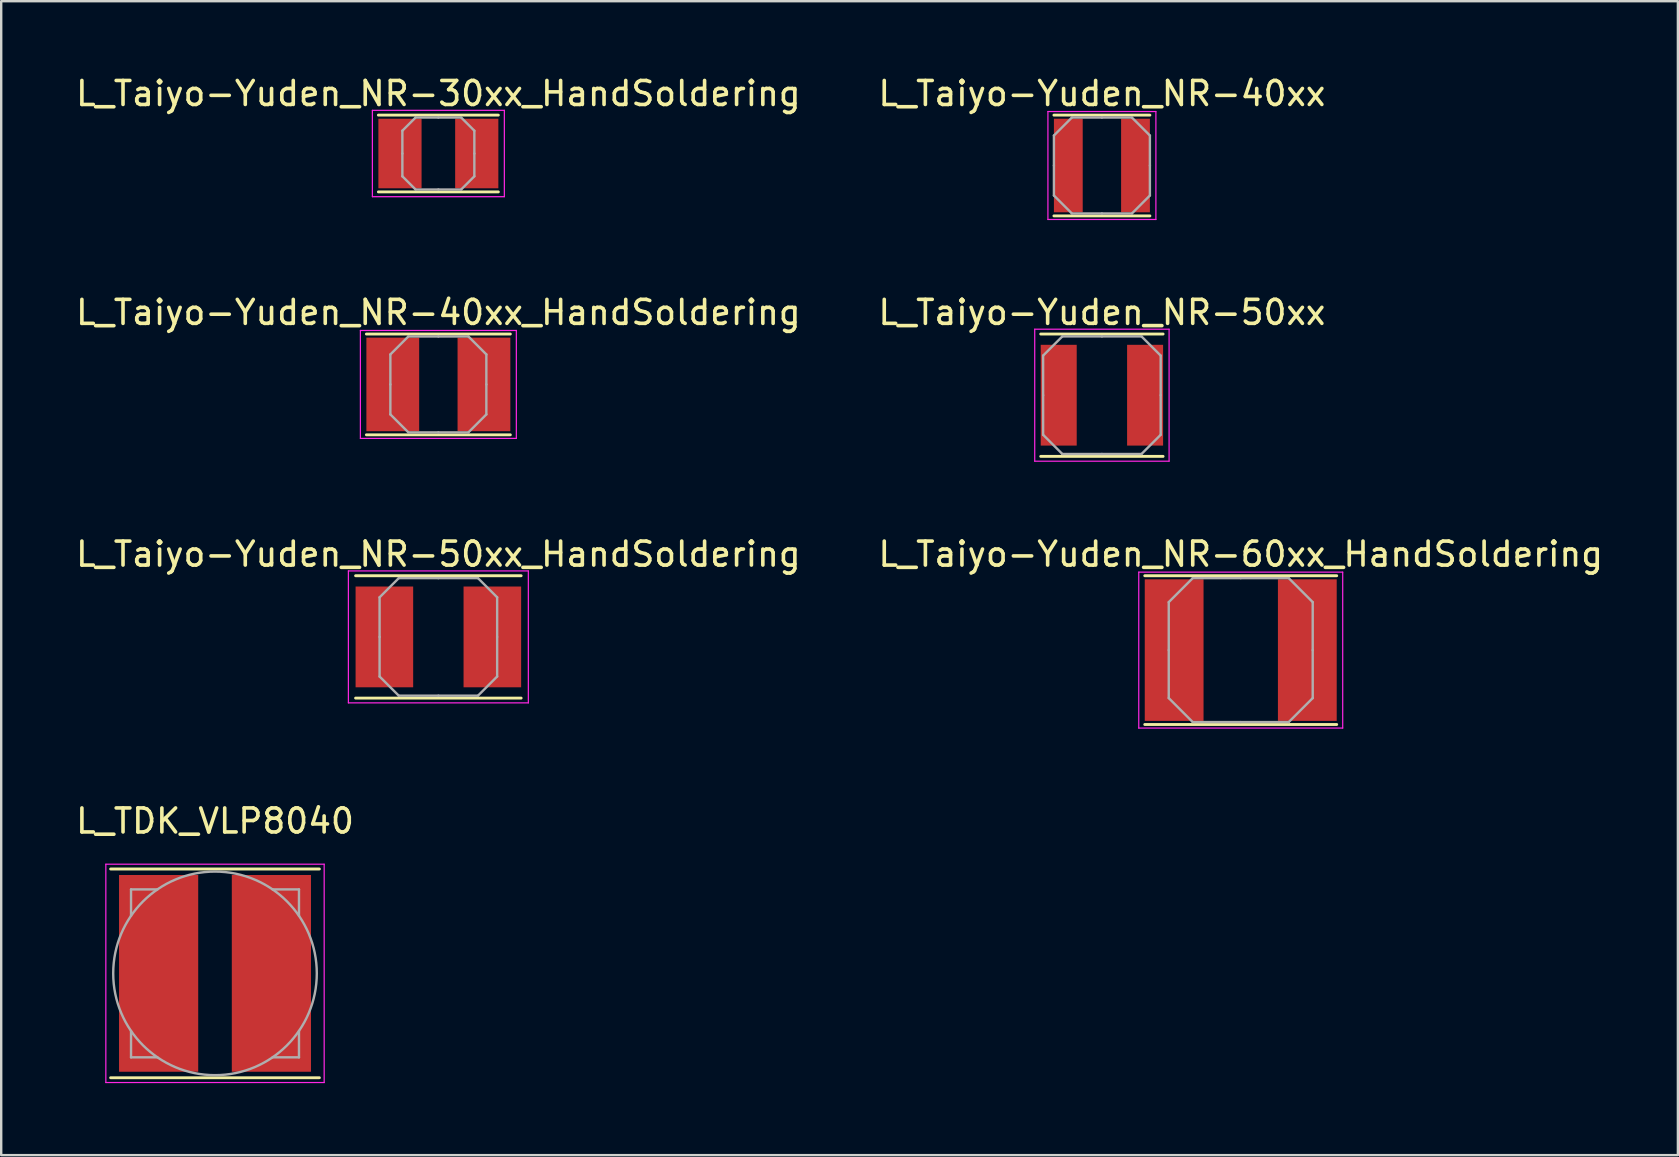
<source format=kicad_pcb>
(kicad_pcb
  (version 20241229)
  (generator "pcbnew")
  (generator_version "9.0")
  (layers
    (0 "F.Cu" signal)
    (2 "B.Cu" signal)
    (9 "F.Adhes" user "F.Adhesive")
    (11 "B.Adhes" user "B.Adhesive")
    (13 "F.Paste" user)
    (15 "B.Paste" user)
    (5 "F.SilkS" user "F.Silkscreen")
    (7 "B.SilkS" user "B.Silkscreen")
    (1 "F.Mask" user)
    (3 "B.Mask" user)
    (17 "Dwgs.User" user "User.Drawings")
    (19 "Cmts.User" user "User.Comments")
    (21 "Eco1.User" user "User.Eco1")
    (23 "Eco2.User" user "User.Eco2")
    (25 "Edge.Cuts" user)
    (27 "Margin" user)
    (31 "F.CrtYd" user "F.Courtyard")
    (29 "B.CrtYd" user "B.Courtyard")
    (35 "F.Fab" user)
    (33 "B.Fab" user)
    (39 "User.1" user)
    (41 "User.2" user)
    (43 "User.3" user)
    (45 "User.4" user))
  (footprint "L_Taiyo-Yuden_NR-50xx"
    (layer "F.Cu")
    (at 42.875 13.421)
    (property "Reference" "L_Taiyo-Yuden_NR-50xx" (at 0 -3.45 0) (layer "F.SilkS") (effects (font (size 1 1) (thickness 0.15))))
    (attr smd)
    (fp_line (start -2.55 -2.55) (end 2.55 -2.55) (stroke (width 0.12) (type solid)) (layer "F.SilkS"))
    (fp_line (start -2.55 2.55) (end 2.55 2.55) (stroke (width 0.12) (type solid)) (layer "F.SilkS"))
    (fp_line (start -2.8 -2.75) (end -2.8 2.75) (stroke (width 0.05) (type solid)) (layer "F.CrtYd"))
    (fp_line (start -2.8 2.75) (end 2.8 2.75) (stroke (width 0.05) (type solid)) (layer "F.CrtYd"))
    (fp_line (start 2.8 -2.75) (end -2.8 -2.75) (stroke (width 0.05) (type solid)) (layer "F.CrtYd"))
    (fp_line (start 2.8 2.75) (end 2.8 -2.75) (stroke (width 0.05) (type solid)) (layer "F.CrtYd"))
    (fp_line (start -2.45 -1.65) (end -1.65 -2.45) (stroke (width 0.1) (type solid)) (layer "F.Fab"))
    (fp_line (start -2.45 0) (end -2.45 -1.65) (stroke (width 0.1) (type solid)) (layer "F.Fab"))
    (fp_line (start -2.45 0) (end -2.45 1.65) (stroke (width 0.1) (type solid)) (layer "F.Fab"))
    (fp_line (start -2.45 1.65) (end -1.65 2.45) (stroke (width 0.1) (type solid)) (layer "F.Fab"))
    (fp_line (start -1.65 -2.45) (end 0 -2.45) (stroke (width 0.1) (type solid)) (layer "F.Fab"))
    (fp_line (start -1.65 2.45) (end 0 2.45) (stroke (width 0.1) (type solid)) (layer "F.Fab"))
    (fp_line (start 1.65 -2.45) (end 0 -2.45) (stroke (width 0.1) (type solid)) (layer "F.Fab"))
    (fp_line (start 1.65 2.45) (end 0 2.45) (stroke (width 0.1) (type solid)) (layer "F.Fab"))
    (fp_line (start 2.45 -1.65) (end 1.65 -2.45) (stroke (width 0.1) (type solid)) (layer "F.Fab"))
    (fp_line (start 2.45 0) (end 2.45 -1.65) (stroke (width 0.1) (type solid)) (layer "F.Fab"))
    (fp_line (start 2.45 0) (end 2.45 1.65) (stroke (width 0.1) (type solid)) (layer "F.Fab"))
    (fp_line (start 2.45 1.65) (end 1.65 2.45) (stroke (width 0.1) (type solid)) (layer "F.Fab"))
    (pad "1" smd rect (at -1.8 0) (size 1.5 4.2) (layers "F.Cu" "F.Mask" "F.Paste"))
    (pad "2" smd rect (at 1.8 0) (size 1.5 4.2) (layers "F.Cu" "F.Mask" "F.Paste")))
  (footprint "L_Taiyo-Yuden_NR-30xx_HandSoldering"
    (layer "F.Cu")
    (at 15.22 3.348)
    (property "Reference" "L_Taiyo-Yuden_NR-30xx_HandSoldering" (at 0 -2.5 0) (layer "F.SilkS") (effects (font (size 1 1) (thickness 0.15))))
    (attr smd)
    (fp_line (start -2.5 -1.6) (end 2.5 -1.6) (stroke (width 0.12) (type solid)) (layer "F.SilkS"))
    (fp_line (start -2.5 1.6) (end 2.5 1.6) (stroke (width 0.12) (type solid)) (layer "F.SilkS"))
    (fp_line (start -2.75 -1.8) (end -2.75 1.8) (stroke (width 0.05) (type solid)) (layer "F.CrtYd"))
    (fp_line (start -2.75 1.8) (end 2.75 1.8) (stroke (width 0.05) (type solid)) (layer "F.CrtYd"))
    (fp_line (start 2.75 -1.8) (end -2.75 -1.8) (stroke (width 0.05) (type solid)) (layer "F.CrtYd"))
    (fp_line (start 2.75 1.8) (end 2.75 -1.8) (stroke (width 0.05) (type solid)) (layer "F.CrtYd"))
    (fp_line (start -1.5 -0.95) (end -0.95 -1.5) (stroke (width 0.1) (type solid)) (layer "F.Fab"))
    (fp_line (start -1.5 0) (end -1.5 -0.95) (stroke (width 0.1) (type solid)) (layer "F.Fab"))
    (fp_line (start -1.5 0) (end -1.5 0.95) (stroke (width 0.1) (type solid)) (layer "F.Fab"))
    (fp_line (start -1.5 0.95) (end -0.95 1.5) (stroke (width 0.1) (type solid)) (layer "F.Fab"))
    (fp_line (start -0.95 -1.5) (end 0 -1.5) (stroke (width 0.1) (type solid)) (layer "F.Fab"))
    (fp_line (start -0.95 1.5) (end 0 1.5) (stroke (width 0.1) (type solid)) (layer "F.Fab"))
    (fp_line (start 0.95 -1.5) (end 0 -1.5) (stroke (width 0.1) (type solid)) (layer "F.Fab"))
    (fp_line (start 0.95 1.5) (end 0 1.5) (stroke (width 0.1) (type solid)) (layer "F.Fab"))
    (fp_line (start 1.5 -0.95) (end 0.95 -1.5) (stroke (width 0.1) (type solid)) (layer "F.Fab"))
    (fp_line (start 1.5 0) (end 1.5 -0.95) (stroke (width 0.1) (type solid)) (layer "F.Fab"))
    (fp_line (start 1.5 0) (end 1.5 0.95) (stroke (width 0.1) (type solid)) (layer "F.Fab"))
    (fp_line (start 1.5 0.95) (end 0.95 1.5) (stroke (width 0.1) (type solid)) (layer "F.Fab"))
    (pad "1" smd rect (at -1.6 0) (size 1.8 2.9) (layers "F.Cu" "F.Mask" "F.Paste"))
    (pad "2" smd rect (at 1.6 0) (size 1.8 2.9) (layers "F.Cu" "F.Mask" "F.Paste")))
  (footprint "L_Taiyo-Yuden_NR-60xx_HandSoldering"
    (layer "F.Cu")
    (at 48.661 24.045)
    (property "Reference" "L_Taiyo-Yuden_NR-60xx_HandSoldering" (at 0 -4 0) (layer "F.SilkS") (effects (font (size 1 1) (thickness 0.15))))
    (attr smd)
    (fp_line (start -4 -3.1) (end 4 -3.1) (stroke (width 0.12) (type solid)) (layer "F.SilkS"))
    (fp_line (start -4 3.1) (end 4 3.1) (stroke (width 0.12) (type solid)) (layer "F.SilkS"))
    (fp_line (start -4.25 -3.25) (end -4.25 3.25) (stroke (width 0.05) (type solid)) (layer "F.CrtYd"))
    (fp_line (start -4.25 3.25) (end 4.25 3.25) (stroke (width 0.05) (type solid)) (layer "F.CrtYd"))
    (fp_line (start 4.25 -3.25) (end -4.25 -3.25) (stroke (width 0.05) (type solid)) (layer "F.CrtYd"))
    (fp_line (start 4.25 3.25) (end 4.25 -3.25) (stroke (width 0.05) (type solid)) (layer "F.CrtYd"))
    (fp_line (start -3 -2) (end -2 -3) (stroke (width 0.1) (type solid)) (layer "F.Fab"))
    (fp_line (start -3 0) (end -3 -2) (stroke (width 0.1) (type solid)) (layer "F.Fab"))
    (fp_line (start -3 0) (end -3 2) (stroke (width 0.1) (type solid)) (layer "F.Fab"))
    (fp_line (start -3 2) (end -2 3) (stroke (width 0.1) (type solid)) (layer "F.Fab"))
    (fp_line (start -2 -3) (end 0 -3) (stroke (width 0.1) (type solid)) (layer "F.Fab"))
    (fp_line (start -2 3) (end 0 3) (stroke (width 0.1) (type solid)) (layer "F.Fab"))
    (fp_line (start 2 -3) (end 0 -3) (stroke (width 0.1) (type solid)) (layer "F.Fab"))
    (fp_line (start 2 3) (end 0 3) (stroke (width 0.1) (type solid)) (layer "F.Fab"))
    (fp_line (start 3 -2) (end 2 -3) (stroke (width 0.1) (type solid)) (layer "F.Fab"))
    (fp_line (start 3 0) (end 3 -2) (stroke (width 0.1) (type solid)) (layer "F.Fab"))
    (fp_line (start 3 0) (end 3 2) (stroke (width 0.1) (type solid)) (layer "F.Fab"))
    (fp_line (start 3 2) (end 2 3) (stroke (width 0.1) (type solid)) (layer "F.Fab"))
    (pad "1" smd rect (at -2.775 0) (size 2.45 5.9) (layers "F.Cu" "F.Mask" "F.Paste"))
    (pad "2" smd rect (at 2.775 0) (size 2.45 5.9) (layers "F.Cu" "F.Mask" "F.Paste")))
  (footprint "L_Taiyo-Yuden_NR-40xx"
    (layer "F.Cu")
    (at 42.875 3.848)
    (property "Reference" "L_Taiyo-Yuden_NR-40xx" (at 0 -3 0) (layer "F.SilkS") (effects (font (size 1 1) (thickness 0.15))))
    (attr smd)
    (fp_line (start -2 -2.1) (end 2 -2.1) (stroke (width 0.12) (type solid)) (layer "F.SilkS"))
    (fp_line (start -2 2.1) (end 2 2.1) (stroke (width 0.12) (type solid)) (layer "F.SilkS"))
    (fp_line (start -2.25 -2.25) (end -2.25 2.25) (stroke (width 0.05) (type solid)) (layer "F.CrtYd"))
    (fp_line (start -2.25 2.25) (end 2.25 2.25) (stroke (width 0.05) (type solid)) (layer "F.CrtYd"))
    (fp_line (start 2.25 -2.25) (end -2.25 -2.25) (stroke (width 0.05) (type solid)) (layer "F.CrtYd"))
    (fp_line (start 2.25 2.25) (end 2.25 -2.25) (stroke (width 0.05) (type solid)) (layer "F.CrtYd"))
    (fp_line (start -2 -1.25) (end -1.25 -2) (stroke (width 0.1) (type solid)) (layer "F.Fab"))
    (fp_line (start -2 0) (end -2 -1.25) (stroke (width 0.1) (type solid)) (layer "F.Fab"))
    (fp_line (start -2 0) (end -2 1.25) (stroke (width 0.1) (type solid)) (layer "F.Fab"))
    (fp_line (start -2 1.25) (end -1.25 2) (stroke (width 0.1) (type solid)) (layer "F.Fab"))
    (fp_line (start -1.25 -2) (end 0 -2) (stroke (width 0.1) (type solid)) (layer "F.Fab"))
    (fp_line (start -1.25 2) (end 0 2) (stroke (width 0.1) (type solid)) (layer "F.Fab"))
    (fp_line (start 1.25 -2) (end 0 -2) (stroke (width 0.1) (type solid)) (layer "F.Fab"))
    (fp_line (start 1.25 2) (end 0 2) (stroke (width 0.1) (type solid)) (layer "F.Fab"))
    (fp_line (start 2 -1.25) (end 1.25 -2) (stroke (width 0.1) (type solid)) (layer "F.Fab"))
    (fp_line (start 2 0) (end 2 -1.25) (stroke (width 0.1) (type solid)) (layer "F.Fab"))
    (fp_line (start 2 0) (end 2 1.25) (stroke (width 0.1) (type solid)) (layer "F.Fab"))
    (fp_line (start 2 1.25) (end 1.25 2) (stroke (width 0.1) (type solid)) (layer "F.Fab"))
    (pad "1" smd rect (at -1.4 0) (size 1.2 3.9) (layers "F.Cu" "F.Mask" "F.Paste"))
    (pad "2" smd rect (at 1.4 0) (size 1.2 3.9) (layers "F.Cu" "F.Mask" "F.Paste")))
  (footprint "L_Taiyo-Yuden_NR-50xx_HandSoldering"
    (layer "F.Cu")
    (at 15.22 23.495)
    (property "Reference" "L_Taiyo-Yuden_NR-50xx_HandSoldering" (at 0 -3.45 0) (layer "F.SilkS") (effects (font (size 1 1) (thickness 0.15))))
    (attr smd)
    (fp_line (start -3.45 -2.55) (end 3.45 -2.55) (stroke (width 0.12) (type solid)) (layer "F.SilkS"))
    (fp_line (start -3.45 2.55) (end 3.45 2.55) (stroke (width 0.12) (type solid)) (layer "F.SilkS"))
    (fp_line (start -3.75 -2.75) (end -3.75 2.75) (stroke (width 0.05) (type solid)) (layer "F.CrtYd"))
    (fp_line (start -3.75 2.75) (end 3.75 2.75) (stroke (width 0.05) (type solid)) (layer "F.CrtYd"))
    (fp_line (start 3.75 -2.75) (end -3.75 -2.75) (stroke (width 0.05) (type solid)) (layer "F.CrtYd"))
    (fp_line (start 3.75 2.75) (end 3.75 -2.75) (stroke (width 0.05) (type solid)) (layer "F.CrtYd"))
    (fp_line (start -2.45 -1.65) (end -1.65 -2.45) (stroke (width 0.1) (type solid)) (layer "F.Fab"))
    (fp_line (start -2.45 0) (end -2.45 -1.65) (stroke (width 0.1) (type solid)) (layer "F.Fab"))
    (fp_line (start -2.45 0) (end -2.45 1.65) (stroke (width 0.1) (type solid)) (layer "F.Fab"))
    (fp_line (start -2.45 1.65) (end -1.65 2.45) (stroke (width 0.1) (type solid)) (layer "F.Fab"))
    (fp_line (start -1.65 -2.45) (end 0 -2.45) (stroke (width 0.1) (type solid)) (layer "F.Fab"))
    (fp_line (start -1.65 2.45) (end 0 2.45) (stroke (width 0.1) (type solid)) (layer "F.Fab"))
    (fp_line (start 1.65 -2.45) (end 0 -2.45) (stroke (width 0.1) (type solid)) (layer "F.Fab"))
    (fp_line (start 1.65 2.45) (end 0 2.45) (stroke (width 0.1) (type solid)) (layer "F.Fab"))
    (fp_line (start 2.45 -1.65) (end 1.65 -2.45) (stroke (width 0.1) (type solid)) (layer "F.Fab"))
    (fp_line (start 2.45 0) (end 2.45 -1.65) (stroke (width 0.1) (type solid)) (layer "F.Fab"))
    (fp_line (start 2.45 0) (end 2.45 1.65) (stroke (width 0.1) (type solid)) (layer "F.Fab"))
    (fp_line (start 2.45 1.65) (end 1.65 2.45) (stroke (width 0.1) (type solid)) (layer "F.Fab"))
    (pad "1" smd rect (at -2.25 0) (size 2.4 4.2) (layers "F.Cu" "F.Mask" "F.Paste"))
    (pad "2" smd rect (at 2.25 0) (size 2.4 4.2) (layers "F.Cu" "F.Mask" "F.Paste")))
  (footprint "L_TDK_VLP8040"
    (layer "F.Cu")
    (at 5.911 37.518)
    (property "Reference" "L_TDK_VLP8040" (at 0 -6.35 0) (layer "F.SilkS") (effects (font (size 1 1) (thickness 0.15))))
    (attr smd)
    (fp_line (start -4.35 -4.35) (end 4.35 -4.35) (stroke (width 0.12) (type solid)) (layer "F.SilkS"))
    (fp_line (start -4.35 4.35) (end 4.35 4.35) (stroke (width 0.12) (type solid)) (layer "F.SilkS"))
    (fp_line (start -4.55 -4.55) (end -4.55 4.55) (stroke (width 0.05) (type solid)) (layer "F.CrtYd"))
    (fp_line (start -4.55 4.55) (end 4.55 4.55) (stroke (width 0.05) (type solid)) (layer "F.CrtYd"))
    (fp_line (start 4.55 -4.55) (end -4.55 -4.55) (stroke (width 0.05) (type solid)) (layer "F.CrtYd"))
    (fp_line (start 4.55 4.55) (end 4.55 -4.55) (stroke (width 0.05) (type solid)) (layer "F.CrtYd"))
    (fp_line (start -3.5 -3.5) (end -2.4 -3.5) (stroke (width 0.1) (type solid)) (layer "F.Fab"))
    (fp_line (start -3.5 -2.4) (end -3.5 -3.5) (stroke (width 0.1) (type solid)) (layer "F.Fab"))
    (fp_line (start -3.5 2.4) (end -3.5 3.5) (stroke (width 0.1) (type solid)) (layer "F.Fab"))
    (fp_line (start -3.5 3.5) (end -2.4 3.5) (stroke (width 0.1) (type solid)) (layer "F.Fab"))
    (fp_line (start 3.5 -3.5) (end 2.4 -3.5) (stroke (width 0.1) (type solid)) (layer "F.Fab"))
    (fp_line (start 3.5 -3.5) (end 3.5 -2.4) (stroke (width 0.1) (type solid)) (layer "F.Fab"))
    (fp_line (start 3.5 2.4) (end 3.5 3.5) (stroke (width 0.1) (type solid)) (layer "F.Fab"))
    (fp_line (start 3.5 3.5) (end 2.4 3.5) (stroke (width 0.1) (type solid)) (layer "F.Fab"))
    (fp_circle (center 0 0) (end 3 3) (stroke (width 0.1) (type solid)) (fill no) (layer "F.Fab"))
    (pad "1" smd rect (at -2.35 0) (size 3.3 8.2) (layers "F.Cu" "F.Mask" "F.Paste"))
    (pad "2" smd rect (at 2.35 0) (size 3.3 8.2) (layers "F.Cu" "F.Mask" "F.Paste")))
  (footprint "L_Taiyo-Yuden_NR-40xx_HandSoldering"
    (layer "F.Cu")
    (at 15.22 12.972)
    (property "Reference" "L_Taiyo-Yuden_NR-40xx_HandSoldering" (at 0 -3 0) (layer "F.SilkS") (effects (font (size 1 1) (thickness 0.15))))
    (attr smd)
    (fp_line (start -3 -2.1) (end 3 -2.1) (stroke (width 0.12) (type solid)) (layer "F.SilkS"))
    (fp_line (start -3 2.1) (end 3 2.1) (stroke (width 0.12) (type solid)) (layer "F.SilkS"))
    (fp_line (start -3.25 -2.25) (end -3.25 2.25) (stroke (width 0.05) (type solid)) (layer "F.CrtYd"))
    (fp_line (start -3.25 2.25) (end 3.25 2.25) (stroke (width 0.05) (type solid)) (layer "F.CrtYd"))
    (fp_line (start 3.25 -2.25) (end -3.25 -2.25) (stroke (width 0.05) (type solid)) (layer "F.CrtYd"))
    (fp_line (start 3.25 2.25) (end 3.25 -2.25) (stroke (width 0.05) (type solid)) (layer "F.CrtYd"))
    (fp_line (start -2 -1.25) (end -1.25 -2) (stroke (width 0.1) (type solid)) (layer "F.Fab"))
    (fp_line (start -2 0) (end -2 -1.25) (stroke (width 0.1) (type solid)) (layer "F.Fab"))
    (fp_line (start -2 0) (end -2 1.25) (stroke (width 0.1) (type solid)) (layer "F.Fab"))
    (fp_line (start -2 1.25) (end -1.25 2) (stroke (width 0.1) (type solid)) (layer "F.Fab"))
    (fp_line (start -1.25 -2) (end 0 -2) (stroke (width 0.1) (type solid)) (layer "F.Fab"))
    (fp_line (start -1.25 2) (end 0 2) (stroke (width 0.1) (type solid)) (layer "F.Fab"))
    (fp_line (start 1.25 -2) (end 0 -2) (stroke (width 0.1) (type solid)) (layer "F.Fab"))
    (fp_line (start 1.25 2) (end 0 2) (stroke (width 0.1) (type solid)) (layer "F.Fab"))
    (fp_line (start 2 -1.25) (end 1.25 -2) (stroke (width 0.1) (type solid)) (layer "F.Fab"))
    (fp_line (start 2 0) (end 2 -1.25) (stroke (width 0.1) (type solid)) (layer "F.Fab"))
    (fp_line (start 2 0) (end 2 1.25) (stroke (width 0.1) (type solid)) (layer "F.Fab"))
    (fp_line (start 2 1.25) (end 1.25 2) (stroke (width 0.1) (type solid)) (layer "F.Fab"))
    (pad "1" smd rect (at -1.9 0) (size 2.2 3.9) (layers "F.Cu" "F.Mask" "F.Paste"))
    (pad "2" smd rect (at 1.9 0) (size 2.2 3.9) (layers "F.Cu" "F.Mask" "F.Paste")))
  (gr_rect
    (start -3 -3)
    (end 66.881 45.093)
    (stroke (width 0.1) (type default))
    (fill no)
    (layer "Edge.Cuts")))
</source>
